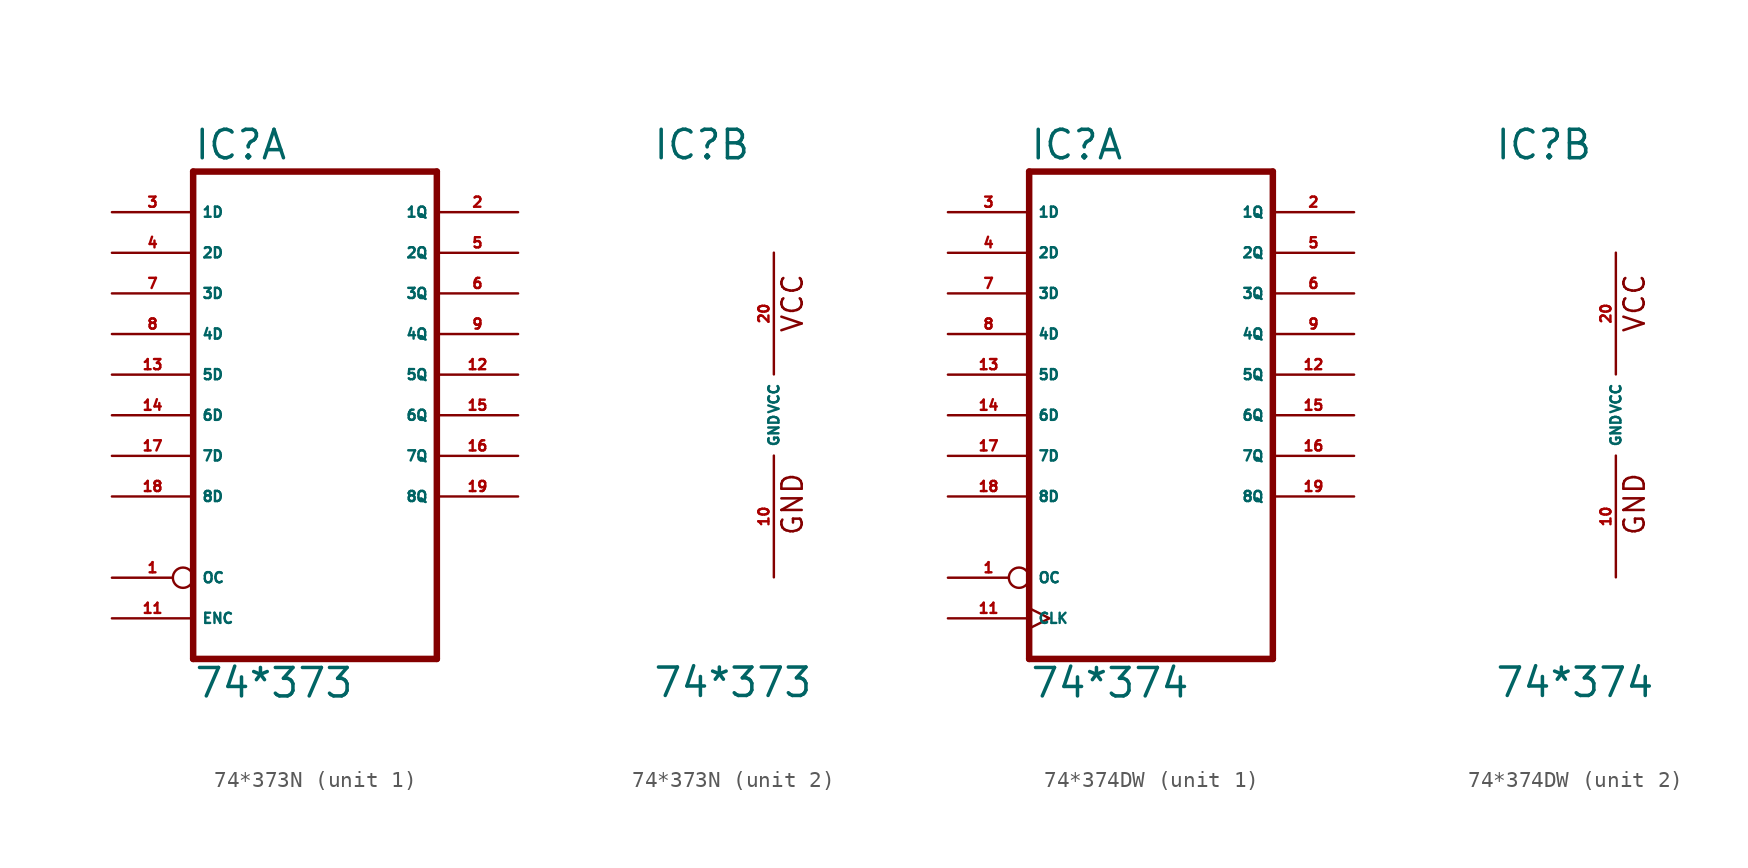
<source format=kicad_sym>
(kicad_symbol_lib
  (version 20220914)
  (generator Eagle2Kicad)
  (symbol "74*373N"
    (property "Reference" "IC"
      (at -7.62 15.875 0)
      (effects (font (size 1.778 1.778) (thickness 0.22)) (justify left bottom)))
    (property "Value" "74*373"
      (at -7.62 -17.78 0)
      (effects (font (size 1.778 1.778) (thickness 0.22)) (justify left bottom)))
    (symbol "74*373N_1_0"
      (polyline (pts (xy -7.62 -15.24) (xy 7.62 -15.24)) (stroke (width 0.406) (type default)) (fill (type none)))
      (polyline (pts (xy 7.62 -15.24) (xy 7.62 15.24)) (stroke (width 0.406) (type default)) (fill (type none)))
      (polyline (pts (xy 7.62 15.24) (xy -7.62 15.24)) (stroke (width 0.406) (type default)) (fill (type none)))
      (polyline (pts (xy -7.62 15.24) (xy -7.62 -15.24)) (stroke (width 0.406) (type default)) (fill (type none)))
      (pin input inverted (at -12.7 -10.16 0) (length 5.08) (name "OC" (effects (font (size 0.635 0.635) (thickness 0.08)) (justify left bottom))) (number "1" (effects (font (size 0.635 0.635) (thickness 0.08)) (justify left bottom))))
      (pin tri_state line (at 12.7 12.7 180) (length 5.08) (name "1Q" (effects (font (size 0.635 0.635) (thickness 0.08)) (justify left bottom))) (number "2" (effects (font (size 0.635 0.635) (thickness 0.08)) (justify left bottom))))
      (pin input line (at -12.7 12.7 0) (length 5.08) (name "1D" (effects (font (size 0.635 0.635) (thickness 0.08)) (justify left bottom))) (number "3" (effects (font (size 0.635 0.635) (thickness 0.08)) (justify left bottom))))
      (pin input line (at -12.7 10.16 0) (length 5.08) (name "2D" (effects (font (size 0.635 0.635) (thickness 0.08)) (justify left bottom))) (number "4" (effects (font (size 0.635 0.635) (thickness 0.08)) (justify left bottom))))
      (pin tri_state line (at 12.7 10.16 180) (length 5.08) (name "2Q" (effects (font (size 0.635 0.635) (thickness 0.08)) (justify left bottom))) (number "5" (effects (font (size 0.635 0.635) (thickness 0.08)) (justify left bottom))))
      (pin tri_state line (at 12.7 7.62 180) (length 5.08) (name "3Q" (effects (font (size 0.635 0.635) (thickness 0.08)) (justify left bottom))) (number "6" (effects (font (size 0.635 0.635) (thickness 0.08)) (justify left bottom))))
      (pin input line (at -12.7 7.62 0) (length 5.08) (name "3D" (effects (font (size 0.635 0.635) (thickness 0.08)) (justify left bottom))) (number "7" (effects (font (size 0.635 0.635) (thickness 0.08)) (justify left bottom))))
      (pin input line (at -12.7 5.08 0) (length 5.08) (name "4D" (effects (font (size 0.635 0.635) (thickness 0.08)) (justify left bottom))) (number "8" (effects (font (size 0.635 0.635) (thickness 0.08)) (justify left bottom))))
      (pin tri_state line (at 12.7 5.08 180) (length 5.08) (name "4Q" (effects (font (size 0.635 0.635) (thickness 0.08)) (justify left bottom))) (number "9" (effects (font (size 0.635 0.635) (thickness 0.08)) (justify left bottom))))
      (pin input line (at -12.7 -12.7 0) (length 5.08) (name "ENC" (effects (font (size 0.635 0.635) (thickness 0.08)) (justify left bottom))) (number "11" (effects (font (size 0.635 0.635) (thickness 0.08)) (justify left bottom))))
      (pin tri_state line (at 12.7 2.54 180) (length 5.08) (name "5Q" (effects (font (size 0.635 0.635) (thickness 0.08)) (justify left bottom))) (number "12" (effects (font (size 0.635 0.635) (thickness 0.08)) (justify left bottom))))
      (pin input line (at -12.7 2.54 0) (length 5.08) (name "5D" (effects (font (size 0.635 0.635) (thickness 0.08)) (justify left bottom))) (number "13" (effects (font (size 0.635 0.635) (thickness 0.08)) (justify left bottom))))
      (pin input line (at -12.7 0 0) (length 5.08) (name "6D" (effects (font (size 0.635 0.635) (thickness 0.08)) (justify left bottom))) (number "14" (effects (font (size 0.635 0.635) (thickness 0.08)) (justify left bottom))))
      (pin tri_state line (at 12.7 0 180) (length 5.08) (name "6Q" (effects (font (size 0.635 0.635) (thickness 0.08)) (justify left bottom))) (number "15" (effects (font (size 0.635 0.635) (thickness 0.08)) (justify left bottom))))
      (pin tri_state line (at 12.7 -2.54 180) (length 5.08) (name "7Q" (effects (font (size 0.635 0.635) (thickness 0.08)) (justify left bottom))) (number "16" (effects (font (size 0.635 0.635) (thickness 0.08)) (justify left bottom))))
      (pin input line (at -12.7 -2.54 0) (length 5.08) (name "7D" (effects (font (size 0.635 0.635) (thickness 0.08)) (justify left bottom))) (number "17" (effects (font (size 0.635 0.635) (thickness 0.08)) (justify left bottom))))
      (pin input line (at -12.7 -5.08 0) (length 5.08) (name "8D" (effects (font (size 0.635 0.635) (thickness 0.08)) (justify left bottom))) (number "18" (effects (font (size 0.635 0.635) (thickness 0.08)) (justify left bottom))))
      (pin tri_state line (at 12.7 -5.08 180) (length 5.08) (name "8Q" (effects (font (size 0.635 0.635) (thickness 0.08)) (justify left bottom))) (number "19" (effects (font (size 0.635 0.635) (thickness 0.08)) (justify left bottom)))))
    (symbol "74*373N_2_0"
      (text "GND" (at 1.905 -7.62 900) (effects (font (size 1.27 1.27) (thickness 0.16)) (justify left bottom)))
      (text "VCC" (at 1.905 5.08 900) (effects (font (size 1.27 1.27) (thickness 0.16)) (justify left bottom)))
      (pin unspecified line (at 0 -10.16 90) (length 7.62) (name "GND" (effects (font (size 0.635 0.635) (thickness 0.08)) (justify left bottom))) (number "10" (effects (font (size 0.635 0.635) (thickness 0.08)) (justify left bottom))))
      (pin unspecified line (at 0 10.16 270) (length 7.62) (name "VCC" (effects (font (size 0.635 0.635) (thickness 0.08)) (justify left bottom))) (number "20" (effects (font (size 0.635 0.635) (thickness 0.08)) (justify left bottom))))))
  (symbol "74*374DW"
    (property "Reference" "IC"
      (at -7.62 15.875 0)
      (effects (font (size 1.778 1.778) (thickness 0.22)) (justify left bottom)))
    (property "Value" "74*374"
      (at -7.62 -17.78 0)
      (effects (font (size 1.778 1.778) (thickness 0.22)) (justify left bottom)))
    (symbol "74*374DW_1_0"
      (polyline (pts (xy -7.62 -15.24) (xy 7.62 -15.24)) (stroke (width 0.406) (type default)) (fill (type none)))
      (polyline (pts (xy 7.62 -15.24) (xy 7.62 15.24)) (stroke (width 0.406) (type default)) (fill (type none)))
      (polyline (pts (xy 7.62 15.24) (xy -7.62 15.24)) (stroke (width 0.406) (type default)) (fill (type none)))
      (polyline (pts (xy -7.62 15.24) (xy -7.62 -15.24)) (stroke (width 0.406) (type default)) (fill (type none)))
      (pin input inverted (at -12.7 -10.16 0) (length 5.08) (name "OC" (effects (font (size 0.635 0.635) (thickness 0.08)) (justify left bottom))) (number "1" (effects (font (size 0.635 0.635) (thickness 0.08)) (justify left bottom))))
      (pin tri_state line (at 12.7 12.7 180) (length 5.08) (name "1Q" (effects (font (size 0.635 0.635) (thickness 0.08)) (justify left bottom))) (number "2" (effects (font (size 0.635 0.635) (thickness 0.08)) (justify left bottom))))
      (pin input line (at -12.7 12.7 0) (length 5.08) (name "1D" (effects (font (size 0.635 0.635) (thickness 0.08)) (justify left bottom))) (number "3" (effects (font (size 0.635 0.635) (thickness 0.08)) (justify left bottom))))
      (pin input line (at -12.7 10.16 0) (length 5.08) (name "2D" (effects (font (size 0.635 0.635) (thickness 0.08)) (justify left bottom))) (number "4" (effects (font (size 0.635 0.635) (thickness 0.08)) (justify left bottom))))
      (pin tri_state line (at 12.7 10.16 180) (length 5.08) (name "2Q" (effects (font (size 0.635 0.635) (thickness 0.08)) (justify left bottom))) (number "5" (effects (font (size 0.635 0.635) (thickness 0.08)) (justify left bottom))))
      (pin tri_state line (at 12.7 7.62 180) (length 5.08) (name "3Q" (effects (font (size 0.635 0.635) (thickness 0.08)) (justify left bottom))) (number "6" (effects (font (size 0.635 0.635) (thickness 0.08)) (justify left bottom))))
      (pin input line (at -12.7 7.62 0) (length 5.08) (name "3D" (effects (font (size 0.635 0.635) (thickness 0.08)) (justify left bottom))) (number "7" (effects (font (size 0.635 0.635) (thickness 0.08)) (justify left bottom))))
      (pin input line (at -12.7 5.08 0) (length 5.08) (name "4D" (effects (font (size 0.635 0.635) (thickness 0.08)) (justify left bottom))) (number "8" (effects (font (size 0.635 0.635) (thickness 0.08)) (justify left bottom))))
      (pin tri_state line (at 12.7 5.08 180) (length 5.08) (name "4Q" (effects (font (size 0.635 0.635) (thickness 0.08)) (justify left bottom))) (number "9" (effects (font (size 0.635 0.635) (thickness 0.08)) (justify left bottom))))
      (pin input clock (at -12.7 -12.7 0) (length 5.08) (name "CLK" (effects (font (size 0.635 0.635) (thickness 0.08)) (justify left bottom))) (number "11" (effects (font (size 0.635 0.635) (thickness 0.08)) (justify left bottom))))
      (pin tri_state line (at 12.7 2.54 180) (length 5.08) (name "5Q" (effects (font (size 0.635 0.635) (thickness 0.08)) (justify left bottom))) (number "12" (effects (font (size 0.635 0.635) (thickness 0.08)) (justify left bottom))))
      (pin input line (at -12.7 2.54 0) (length 5.08) (name "5D" (effects (font (size 0.635 0.635) (thickness 0.08)) (justify left bottom))) (number "13" (effects (font (size 0.635 0.635) (thickness 0.08)) (justify left bottom))))
      (pin input line (at -12.7 0 0) (length 5.08) (name "6D" (effects (font (size 0.635 0.635) (thickness 0.08)) (justify left bottom))) (number "14" (effects (font (size 0.635 0.635) (thickness 0.08)) (justify left bottom))))
      (pin tri_state line (at 12.7 0 180) (length 5.08) (name "6Q" (effects (font (size 0.635 0.635) (thickness 0.08)) (justify left bottom))) (number "15" (effects (font (size 0.635 0.635) (thickness 0.08)) (justify left bottom))))
      (pin tri_state line (at 12.7 -2.54 180) (length 5.08) (name "7Q" (effects (font (size 0.635 0.635) (thickness 0.08)) (justify left bottom))) (number "16" (effects (font (size 0.635 0.635) (thickness 0.08)) (justify left bottom))))
      (pin input line (at -12.7 -2.54 0) (length 5.08) (name "7D" (effects (font (size 0.635 0.635) (thickness 0.08)) (justify left bottom))) (number "17" (effects (font (size 0.635 0.635) (thickness 0.08)) (justify left bottom))))
      (pin input line (at -12.7 -5.08 0) (length 5.08) (name "8D" (effects (font (size 0.635 0.635) (thickness 0.08)) (justify left bottom))) (number "18" (effects (font (size 0.635 0.635) (thickness 0.08)) (justify left bottom))))
      (pin tri_state line (at 12.7 -5.08 180) (length 5.08) (name "8Q" (effects (font (size 0.635 0.635) (thickness 0.08)) (justify left bottom))) (number "19" (effects (font (size 0.635 0.635) (thickness 0.08)) (justify left bottom)))))
    (symbol "74*374DW_2_0"
      (text "GND" (at 1.905 -7.62 900) (effects (font (size 1.27 1.27) (thickness 0.16)) (justify left bottom)))
      (text "VCC" (at 1.905 5.08 900) (effects (font (size 1.27 1.27) (thickness 0.16)) (justify left bottom)))
      (pin unspecified line (at 0 -10.16 90) (length 7.62) (name "GND" (effects (font (size 0.635 0.635) (thickness 0.08)) (justify left bottom))) (number "10" (effects (font (size 0.635 0.635) (thickness 0.08)) (justify left bottom))))
      (pin unspecified line (at 0 10.16 270) (length 7.62) (name "VCC" (effects (font (size 0.635 0.635) (thickness 0.08)) (justify left bottom))) (number "20" (effects (font (size 0.635 0.635) (thickness 0.08)) (justify left bottom)))))))
</source>
